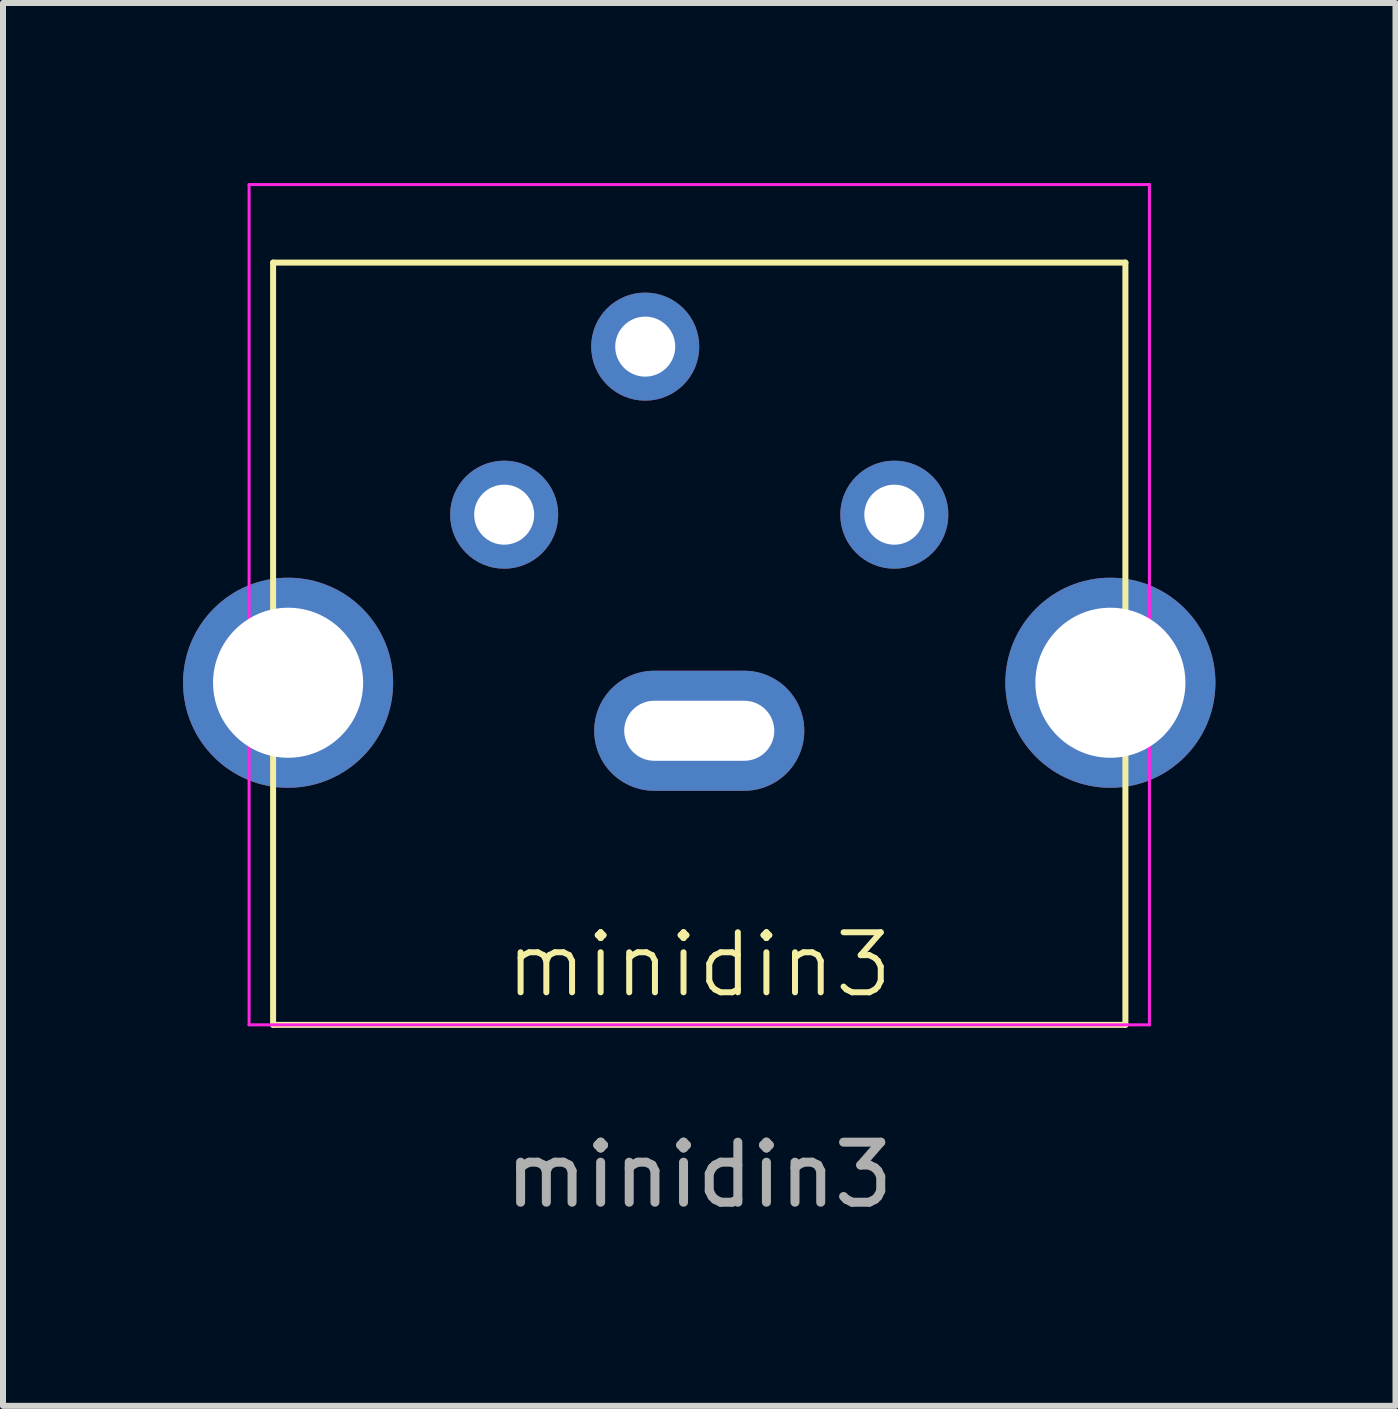
<source format=kicad_pcb>
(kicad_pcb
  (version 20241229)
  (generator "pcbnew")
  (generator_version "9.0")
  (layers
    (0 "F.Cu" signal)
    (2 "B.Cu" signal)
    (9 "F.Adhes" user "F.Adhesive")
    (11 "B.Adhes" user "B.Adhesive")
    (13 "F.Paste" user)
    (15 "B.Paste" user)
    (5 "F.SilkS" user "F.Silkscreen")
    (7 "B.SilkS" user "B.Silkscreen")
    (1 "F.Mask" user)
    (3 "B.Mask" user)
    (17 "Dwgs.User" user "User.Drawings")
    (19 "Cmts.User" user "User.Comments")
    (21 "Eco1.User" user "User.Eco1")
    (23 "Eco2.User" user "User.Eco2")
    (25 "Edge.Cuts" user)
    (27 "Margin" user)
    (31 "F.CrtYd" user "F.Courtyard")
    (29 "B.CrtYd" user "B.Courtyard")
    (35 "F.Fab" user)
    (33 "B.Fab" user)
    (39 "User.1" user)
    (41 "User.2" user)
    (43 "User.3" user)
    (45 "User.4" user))
  (footprint "minidin3"
    (layer "F.Cu")
    (at 8.6 14.025)
    (property "Reference" "minidin3" (at 0 -1 0) (unlocked yes) (layer "F.SilkS") (effects (font (size 1 1) (thickness 0.1))))
    (attr through_hole)
    (fp_line (start -7.1 -12.7) (end -7.1 0) (stroke (width 0.1) (type default)) (layer "F.SilkS"))
    (fp_line (start -7.1 0) (end 7.1 0) (stroke (width 0.1) (type default)) (layer "F.SilkS"))
    (fp_line (start 7.1 -12.7) (end -7.1 -12.7) (stroke (width 0.1) (type default)) (layer "F.SilkS"))
    (fp_line (start 7.1 0) (end 7.1 -12.7) (stroke (width 0.1) (type default)) (layer "F.SilkS"))
    (fp_line (start -7.5 -14) (end 7.5 -14) (stroke (width 0.05) (type default)) (layer "F.CrtYd"))
    (fp_line (start -7.5 0) (end -7.5 -14) (stroke (width 0.05) (type default)) (layer "F.CrtYd"))
    (fp_line (start 7.5 -14) (end 7.5 0) (stroke (width 0.05) (type default)) (layer "F.CrtYd"))
    (fp_line (start 7.5 0) (end -7.5 0) (stroke (width 0.05) (type default)) (layer "F.CrtYd"))
    (fp_text user "${REFERENCE}" (at 0 2.5 0) (unlocked yes) (layer "F.Fab") (effects (font (size 1 1) (thickness 0.15))))
    (pad "" thru_hole circle (at -6.85 -5.7) (size 3.5 3.5) (drill 2.5) (layers "*.Cu" "*.Mask"))
    (pad "" thru_hole oval (at 0 -4.9) (size 3.5 2) (drill oval 2.5 1) (layers "*.Cu" "*.Mask"))
    (pad "" thru_hole circle (at 6.85 -5.7) (size 3.5 3.5) (drill 2.5) (layers "*.Cu" "*.Mask"))
    (pad "1" thru_hole circle (at 3.25 -8.5) (size 1.8 1.8) (drill 1) (layers "*.Cu" "*.Mask"))
    (pad "2" thru_hole circle (at -3.25 -8.5) (size 1.8 1.8) (drill 1) (layers "*.Cu" "*.Mask"))
    (pad "3" thru_hole circle (at -0.9 -11.3) (size 1.8 1.8) (drill 1) (layers "*.Cu" "*.Mask")))
  (gr_rect
    (start -3 -3)
    (end 20.2 20.373)
    (stroke (width 0.1) (type default))
    (fill no)
    (layer "Edge.Cuts")))
</source>
